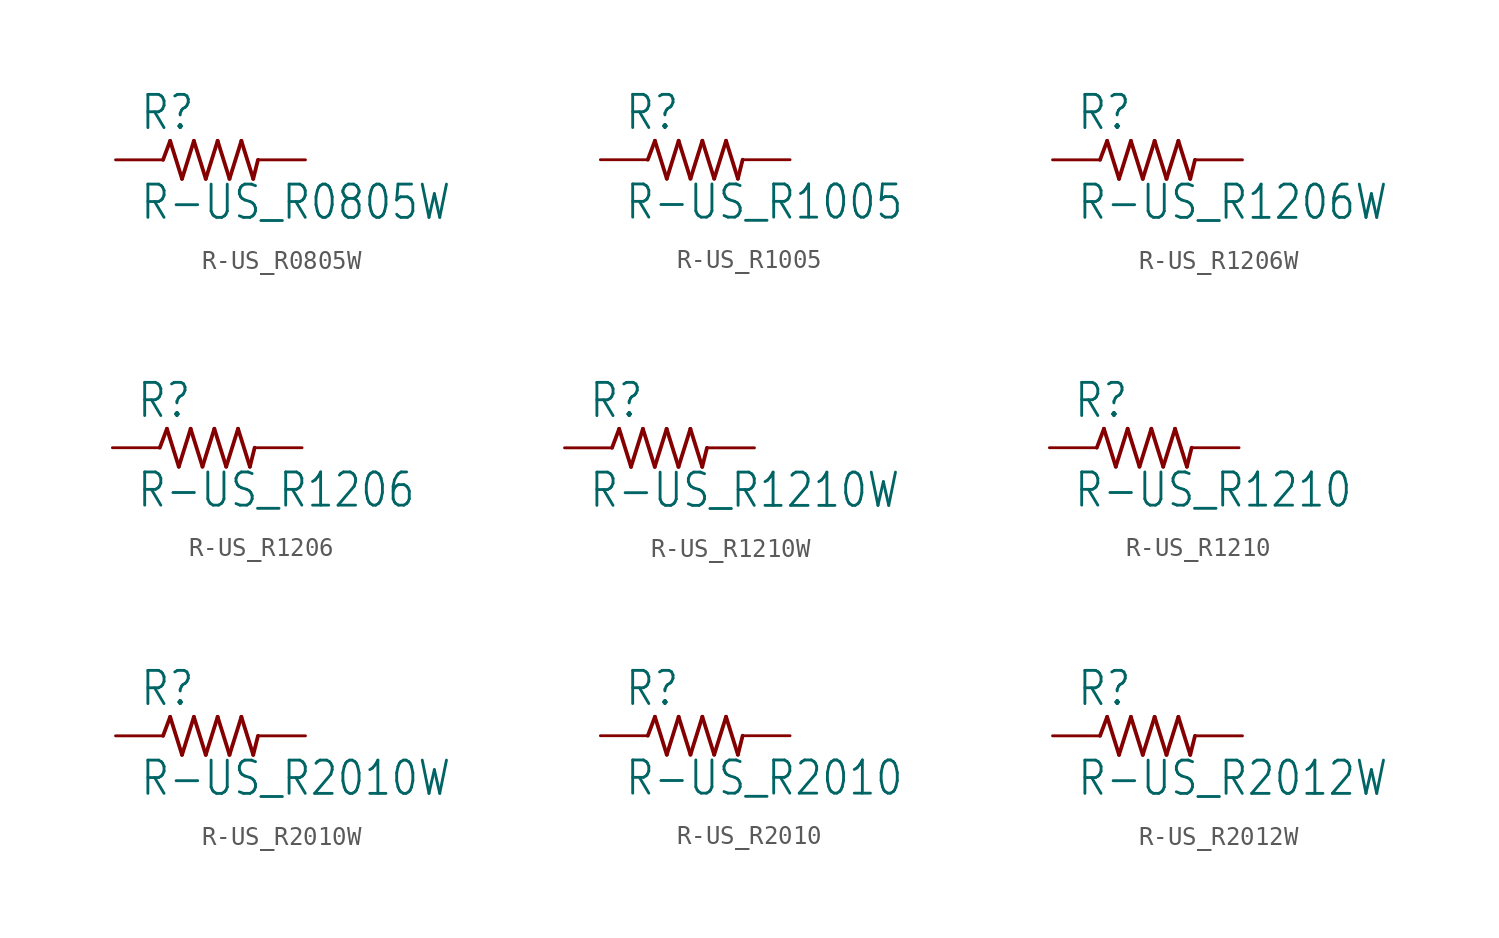
<source format=kicad_sym>
(kicad_symbol_lib
  (version 20211014)
  (generator kicad_symbol_editor)
  (symbol "R-US_R0805W"
    (property "Reference" "R"
      (at -3.81 1.499 0)
      (effects (font (size 1.778 1.511)) (justify left bottom)))
    (property "Value" "R-US_R0805W"
      (at -3.81 -3.302 0)
      (effects (font (size 1.778 1.511)) (justify left bottom)))
    (property "ki_locked" ""
      (at 0 0 0)
      (effects (font (size 1.27 1.27))))
    (symbol "R-US_R0805W_1_0"
      (polyline (pts (xy -2.54 0) (xy -2.159 1.016)) (stroke (width 0.203) (type default)) (fill (type none)))
      (polyline (pts (xy -2.159 1.016) (xy -1.524 -1.016)) (stroke (width 0.203) (type default)) (fill (type none)))
      (polyline (pts (xy -1.524 -1.016) (xy -0.889 1.016)) (stroke (width 0.203) (type default)) (fill (type none)))
      (polyline (pts (xy -0.889 1.016) (xy -0.254 -1.016)) (stroke (width 0.203) (type default)) (fill (type none)))
      (polyline (pts (xy -0.254 -1.016) (xy 0.381 1.016)) (stroke (width 0.203) (type default)) (fill (type none)))
      (polyline (pts (xy 0.381 1.016) (xy 1.016 -1.016)) (stroke (width 0.203) (type default)) (fill (type none)))
      (polyline (pts (xy 1.016 -1.016) (xy 1.651 1.016)) (stroke (width 0.203) (type default)) (fill (type none)))
      (polyline (pts (xy 1.651 1.016) (xy 2.286 -1.016)) (stroke (width 0.203) (type default)) (fill (type none)))
      (polyline (pts (xy 2.286 -1.016) (xy 2.54 0)) (stroke (width 0.203) (type default)) (fill (type none)))
      (pin passive line (at -5.08 0 0) (length 2.54) (name "1" (effects (font (size 0 0)))) (number "1" (effects (font (size 0 0)))))
      (pin passive line (at 5.08 0 180) (length 2.54) (name "2" (effects (font (size 0 0)))) (number "2" (effects (font (size 0 0)))))))
  (symbol "R-US_R1005"
    (property "Reference" "R"
      (at -3.81 1.499 0)
      (effects (font (size 1.778 1.511)) (justify left bottom)))
    (property "Value" "R-US_R1005"
      (at -3.81 -3.302 0)
      (effects (font (size 1.778 1.511)) (justify left bottom)))
    (property "ki_locked" ""
      (at 0 0 0)
      (effects (font (size 1.27 1.27))))
    (symbol "R-US_R1005_1_0"
      (polyline (pts (xy -2.54 0) (xy -2.159 1.016)) (stroke (width 0.203) (type default)) (fill (type none)))
      (polyline (pts (xy -2.159 1.016) (xy -1.524 -1.016)) (stroke (width 0.203) (type default)) (fill (type none)))
      (polyline (pts (xy -1.524 -1.016) (xy -0.889 1.016)) (stroke (width 0.203) (type default)) (fill (type none)))
      (polyline (pts (xy -0.889 1.016) (xy -0.254 -1.016)) (stroke (width 0.203) (type default)) (fill (type none)))
      (polyline (pts (xy -0.254 -1.016) (xy 0.381 1.016)) (stroke (width 0.203) (type default)) (fill (type none)))
      (polyline (pts (xy 0.381 1.016) (xy 1.016 -1.016)) (stroke (width 0.203) (type default)) (fill (type none)))
      (polyline (pts (xy 1.016 -1.016) (xy 1.651 1.016)) (stroke (width 0.203) (type default)) (fill (type none)))
      (polyline (pts (xy 1.651 1.016) (xy 2.286 -1.016)) (stroke (width 0.203) (type default)) (fill (type none)))
      (polyline (pts (xy 2.286 -1.016) (xy 2.54 0)) (stroke (width 0.203) (type default)) (fill (type none)))
      (pin passive line (at -5.08 0 0) (length 2.54) (name "1" (effects (font (size 0 0)))) (number "1" (effects (font (size 0 0)))))
      (pin passive line (at 5.08 0 180) (length 2.54) (name "2" (effects (font (size 0 0)))) (number "2" (effects (font (size 0 0)))))))
  (symbol "R-US_R1206W"
    (property "Reference" "R"
      (at -3.81 1.499 0)
      (effects (font (size 1.778 1.511)) (justify left bottom)))
    (property "Value" "R-US_R1206W"
      (at -3.81 -3.302 0)
      (effects (font (size 1.778 1.511)) (justify left bottom)))
    (property "ki_locked" ""
      (at 0 0 0)
      (effects (font (size 1.27 1.27))))
    (symbol "R-US_R1206W_1_0"
      (polyline (pts (xy -2.54 0) (xy -2.159 1.016)) (stroke (width 0.203) (type default)) (fill (type none)))
      (polyline (pts (xy -2.159 1.016) (xy -1.524 -1.016)) (stroke (width 0.203) (type default)) (fill (type none)))
      (polyline (pts (xy -1.524 -1.016) (xy -0.889 1.016)) (stroke (width 0.203) (type default)) (fill (type none)))
      (polyline (pts (xy -0.889 1.016) (xy -0.254 -1.016)) (stroke (width 0.203) (type default)) (fill (type none)))
      (polyline (pts (xy -0.254 -1.016) (xy 0.381 1.016)) (stroke (width 0.203) (type default)) (fill (type none)))
      (polyline (pts (xy 0.381 1.016) (xy 1.016 -1.016)) (stroke (width 0.203) (type default)) (fill (type none)))
      (polyline (pts (xy 1.016 -1.016) (xy 1.651 1.016)) (stroke (width 0.203) (type default)) (fill (type none)))
      (polyline (pts (xy 1.651 1.016) (xy 2.286 -1.016)) (stroke (width 0.203) (type default)) (fill (type none)))
      (polyline (pts (xy 2.286 -1.016) (xy 2.54 0)) (stroke (width 0.203) (type default)) (fill (type none)))
      (pin passive line (at -5.08 0 0) (length 2.54) (name "1" (effects (font (size 0 0)))) (number "1" (effects (font (size 0 0)))))
      (pin passive line (at 5.08 0 180) (length 2.54) (name "2" (effects (font (size 0 0)))) (number "2" (effects (font (size 0 0)))))))
  (symbol "R-US_R1206"
    (property "Reference" "R"
      (at -3.81 1.499 0)
      (effects (font (size 1.778 1.511)) (justify left bottom)))
    (property "Value" "R-US_R1206"
      (at -3.81 -3.302 0)
      (effects (font (size 1.778 1.511)) (justify left bottom)))
    (property "ki_locked" ""
      (at 0 0 0)
      (effects (font (size 1.27 1.27))))
    (symbol "R-US_R1206_1_0"
      (polyline (pts (xy -2.54 0) (xy -2.159 1.016)) (stroke (width 0.203) (type default)) (fill (type none)))
      (polyline (pts (xy -2.159 1.016) (xy -1.524 -1.016)) (stroke (width 0.203) (type default)) (fill (type none)))
      (polyline (pts (xy -1.524 -1.016) (xy -0.889 1.016)) (stroke (width 0.203) (type default)) (fill (type none)))
      (polyline (pts (xy -0.889 1.016) (xy -0.254 -1.016)) (stroke (width 0.203) (type default)) (fill (type none)))
      (polyline (pts (xy -0.254 -1.016) (xy 0.381 1.016)) (stroke (width 0.203) (type default)) (fill (type none)))
      (polyline (pts (xy 0.381 1.016) (xy 1.016 -1.016)) (stroke (width 0.203) (type default)) (fill (type none)))
      (polyline (pts (xy 1.016 -1.016) (xy 1.651 1.016)) (stroke (width 0.203) (type default)) (fill (type none)))
      (polyline (pts (xy 1.651 1.016) (xy 2.286 -1.016)) (stroke (width 0.203) (type default)) (fill (type none)))
      (polyline (pts (xy 2.286 -1.016) (xy 2.54 0)) (stroke (width 0.203) (type default)) (fill (type none)))
      (pin passive line (at -5.08 0 0) (length 2.54) (name "1" (effects (font (size 0 0)))) (number "1" (effects (font (size 0 0)))))
      (pin passive line (at 5.08 0 180) (length 2.54) (name "2" (effects (font (size 0 0)))) (number "2" (effects (font (size 0 0)))))))
  (symbol "R-US_R1210W"
    (property "Reference" "R"
      (at -3.81 1.499 0)
      (effects (font (size 1.778 1.511)) (justify left bottom)))
    (property "Value" "R-US_R1210W"
      (at -3.81 -3.302 0)
      (effects (font (size 1.778 1.511)) (justify left bottom)))
    (property "ki_locked" ""
      (at 0 0 0)
      (effects (font (size 1.27 1.27))))
    (symbol "R-US_R1210W_1_0"
      (polyline (pts (xy -2.54 0) (xy -2.159 1.016)) (stroke (width 0.203) (type default)) (fill (type none)))
      (polyline (pts (xy -2.159 1.016) (xy -1.524 -1.016)) (stroke (width 0.203) (type default)) (fill (type none)))
      (polyline (pts (xy -1.524 -1.016) (xy -0.889 1.016)) (stroke (width 0.203) (type default)) (fill (type none)))
      (polyline (pts (xy -0.889 1.016) (xy -0.254 -1.016)) (stroke (width 0.203) (type default)) (fill (type none)))
      (polyline (pts (xy -0.254 -1.016) (xy 0.381 1.016)) (stroke (width 0.203) (type default)) (fill (type none)))
      (polyline (pts (xy 0.381 1.016) (xy 1.016 -1.016)) (stroke (width 0.203) (type default)) (fill (type none)))
      (polyline (pts (xy 1.016 -1.016) (xy 1.651 1.016)) (stroke (width 0.203) (type default)) (fill (type none)))
      (polyline (pts (xy 1.651 1.016) (xy 2.286 -1.016)) (stroke (width 0.203) (type default)) (fill (type none)))
      (polyline (pts (xy 2.286 -1.016) (xy 2.54 0)) (stroke (width 0.203) (type default)) (fill (type none)))
      (pin passive line (at -5.08 0 0) (length 2.54) (name "1" (effects (font (size 0 0)))) (number "1" (effects (font (size 0 0)))))
      (pin passive line (at 5.08 0 180) (length 2.54) (name "2" (effects (font (size 0 0)))) (number "2" (effects (font (size 0 0)))))))
  (symbol "R-US_R1210"
    (property "Reference" "R"
      (at -3.81 1.499 0)
      (effects (font (size 1.778 1.511)) (justify left bottom)))
    (property "Value" "R-US_R1210"
      (at -3.81 -3.302 0)
      (effects (font (size 1.778 1.511)) (justify left bottom)))
    (property "ki_locked" ""
      (at 0 0 0)
      (effects (font (size 1.27 1.27))))
    (symbol "R-US_R1210_1_0"
      (polyline (pts (xy -2.54 0) (xy -2.159 1.016)) (stroke (width 0.203) (type default)) (fill (type none)))
      (polyline (pts (xy -2.159 1.016) (xy -1.524 -1.016)) (stroke (width 0.203) (type default)) (fill (type none)))
      (polyline (pts (xy -1.524 -1.016) (xy -0.889 1.016)) (stroke (width 0.203) (type default)) (fill (type none)))
      (polyline (pts (xy -0.889 1.016) (xy -0.254 -1.016)) (stroke (width 0.203) (type default)) (fill (type none)))
      (polyline (pts (xy -0.254 -1.016) (xy 0.381 1.016)) (stroke (width 0.203) (type default)) (fill (type none)))
      (polyline (pts (xy 0.381 1.016) (xy 1.016 -1.016)) (stroke (width 0.203) (type default)) (fill (type none)))
      (polyline (pts (xy 1.016 -1.016) (xy 1.651 1.016)) (stroke (width 0.203) (type default)) (fill (type none)))
      (polyline (pts (xy 1.651 1.016) (xy 2.286 -1.016)) (stroke (width 0.203) (type default)) (fill (type none)))
      (polyline (pts (xy 2.286 -1.016) (xy 2.54 0)) (stroke (width 0.203) (type default)) (fill (type none)))
      (pin passive line (at -5.08 0 0) (length 2.54) (name "1" (effects (font (size 0 0)))) (number "1" (effects (font (size 0 0)))))
      (pin passive line (at 5.08 0 180) (length 2.54) (name "2" (effects (font (size 0 0)))) (number "2" (effects (font (size 0 0)))))))
  (symbol "R-US_R2010W"
    (property "Reference" "R"
      (at -3.81 1.499 0)
      (effects (font (size 1.778 1.511)) (justify left bottom)))
    (property "Value" "R-US_R2010W"
      (at -3.81 -3.302 0)
      (effects (font (size 1.778 1.511)) (justify left bottom)))
    (property "ki_locked" ""
      (at 0 0 0)
      (effects (font (size 1.27 1.27))))
    (symbol "R-US_R2010W_1_0"
      (polyline (pts (xy -2.54 0) (xy -2.159 1.016)) (stroke (width 0.203) (type default)) (fill (type none)))
      (polyline (pts (xy -2.159 1.016) (xy -1.524 -1.016)) (stroke (width 0.203) (type default)) (fill (type none)))
      (polyline (pts (xy -1.524 -1.016) (xy -0.889 1.016)) (stroke (width 0.203) (type default)) (fill (type none)))
      (polyline (pts (xy -0.889 1.016) (xy -0.254 -1.016)) (stroke (width 0.203) (type default)) (fill (type none)))
      (polyline (pts (xy -0.254 -1.016) (xy 0.381 1.016)) (stroke (width 0.203) (type default)) (fill (type none)))
      (polyline (pts (xy 0.381 1.016) (xy 1.016 -1.016)) (stroke (width 0.203) (type default)) (fill (type none)))
      (polyline (pts (xy 1.016 -1.016) (xy 1.651 1.016)) (stroke (width 0.203) (type default)) (fill (type none)))
      (polyline (pts (xy 1.651 1.016) (xy 2.286 -1.016)) (stroke (width 0.203) (type default)) (fill (type none)))
      (polyline (pts (xy 2.286 -1.016) (xy 2.54 0)) (stroke (width 0.203) (type default)) (fill (type none)))
      (pin passive line (at -5.08 0 0) (length 2.54) (name "1" (effects (font (size 0 0)))) (number "1" (effects (font (size 0 0)))))
      (pin passive line (at 5.08 0 180) (length 2.54) (name "2" (effects (font (size 0 0)))) (number "2" (effects (font (size 0 0)))))))
  (symbol "R-US_R2010"
    (property "Reference" "R"
      (at -3.81 1.499 0)
      (effects (font (size 1.778 1.511)) (justify left bottom)))
    (property "Value" "R-US_R2010"
      (at -3.81 -3.302 0)
      (effects (font (size 1.778 1.511)) (justify left bottom)))
    (property "ki_locked" ""
      (at 0 0 0)
      (effects (font (size 1.27 1.27))))
    (symbol "R-US_R2010_1_0"
      (polyline (pts (xy -2.54 0) (xy -2.159 1.016)) (stroke (width 0.203) (type default)) (fill (type none)))
      (polyline (pts (xy -2.159 1.016) (xy -1.524 -1.016)) (stroke (width 0.203) (type default)) (fill (type none)))
      (polyline (pts (xy -1.524 -1.016) (xy -0.889 1.016)) (stroke (width 0.203) (type default)) (fill (type none)))
      (polyline (pts (xy -0.889 1.016) (xy -0.254 -1.016)) (stroke (width 0.203) (type default)) (fill (type none)))
      (polyline (pts (xy -0.254 -1.016) (xy 0.381 1.016)) (stroke (width 0.203) (type default)) (fill (type none)))
      (polyline (pts (xy 0.381 1.016) (xy 1.016 -1.016)) (stroke (width 0.203) (type default)) (fill (type none)))
      (polyline (pts (xy 1.016 -1.016) (xy 1.651 1.016)) (stroke (width 0.203) (type default)) (fill (type none)))
      (polyline (pts (xy 1.651 1.016) (xy 2.286 -1.016)) (stroke (width 0.203) (type default)) (fill (type none)))
      (polyline (pts (xy 2.286 -1.016) (xy 2.54 0)) (stroke (width 0.203) (type default)) (fill (type none)))
      (pin passive line (at -5.08 0 0) (length 2.54) (name "1" (effects (font (size 0 0)))) (number "1" (effects (font (size 0 0)))))
      (pin passive line (at 5.08 0 180) (length 2.54) (name "2" (effects (font (size 0 0)))) (number "2" (effects (font (size 0 0)))))))
  (symbol "R-US_R2012W"
    (property "Reference" "R"
      (at -3.81 1.499 0)
      (effects (font (size 1.778 1.511)) (justify left bottom)))
    (property "Value" "R-US_R2012W"
      (at -3.81 -3.302 0)
      (effects (font (size 1.778 1.511)) (justify left bottom)))
    (property "ki_locked" ""
      (at 0 0 0)
      (effects (font (size 1.27 1.27))))
    (symbol "R-US_R2012W_1_0"
      (polyline (pts (xy -2.54 0) (xy -2.159 1.016)) (stroke (width 0.203) (type default)) (fill (type none)))
      (polyline (pts (xy -2.159 1.016) (xy -1.524 -1.016)) (stroke (width 0.203) (type default)) (fill (type none)))
      (polyline (pts (xy -1.524 -1.016) (xy -0.889 1.016)) (stroke (width 0.203) (type default)) (fill (type none)))
      (polyline (pts (xy -0.889 1.016) (xy -0.254 -1.016)) (stroke (width 0.203) (type default)) (fill (type none)))
      (polyline (pts (xy -0.254 -1.016) (xy 0.381 1.016)) (stroke (width 0.203) (type default)) (fill (type none)))
      (polyline (pts (xy 0.381 1.016) (xy 1.016 -1.016)) (stroke (width 0.203) (type default)) (fill (type none)))
      (polyline (pts (xy 1.016 -1.016) (xy 1.651 1.016)) (stroke (width 0.203) (type default)) (fill (type none)))
      (polyline (pts (xy 1.651 1.016) (xy 2.286 -1.016)) (stroke (width 0.203) (type default)) (fill (type none)))
      (polyline (pts (xy 2.286 -1.016) (xy 2.54 0)) (stroke (width 0.203) (type default)) (fill (type none)))
      (pin passive line (at -5.08 0 0) (length 2.54) (name "1" (effects (font (size 0 0)))) (number "1" (effects (font (size 0 0)))))
      (pin passive line (at 5.08 0 180) (length 2.54) (name "2" (effects (font (size 0 0)))) (number "2" (effects (font (size 0 0))))))))
</source>
